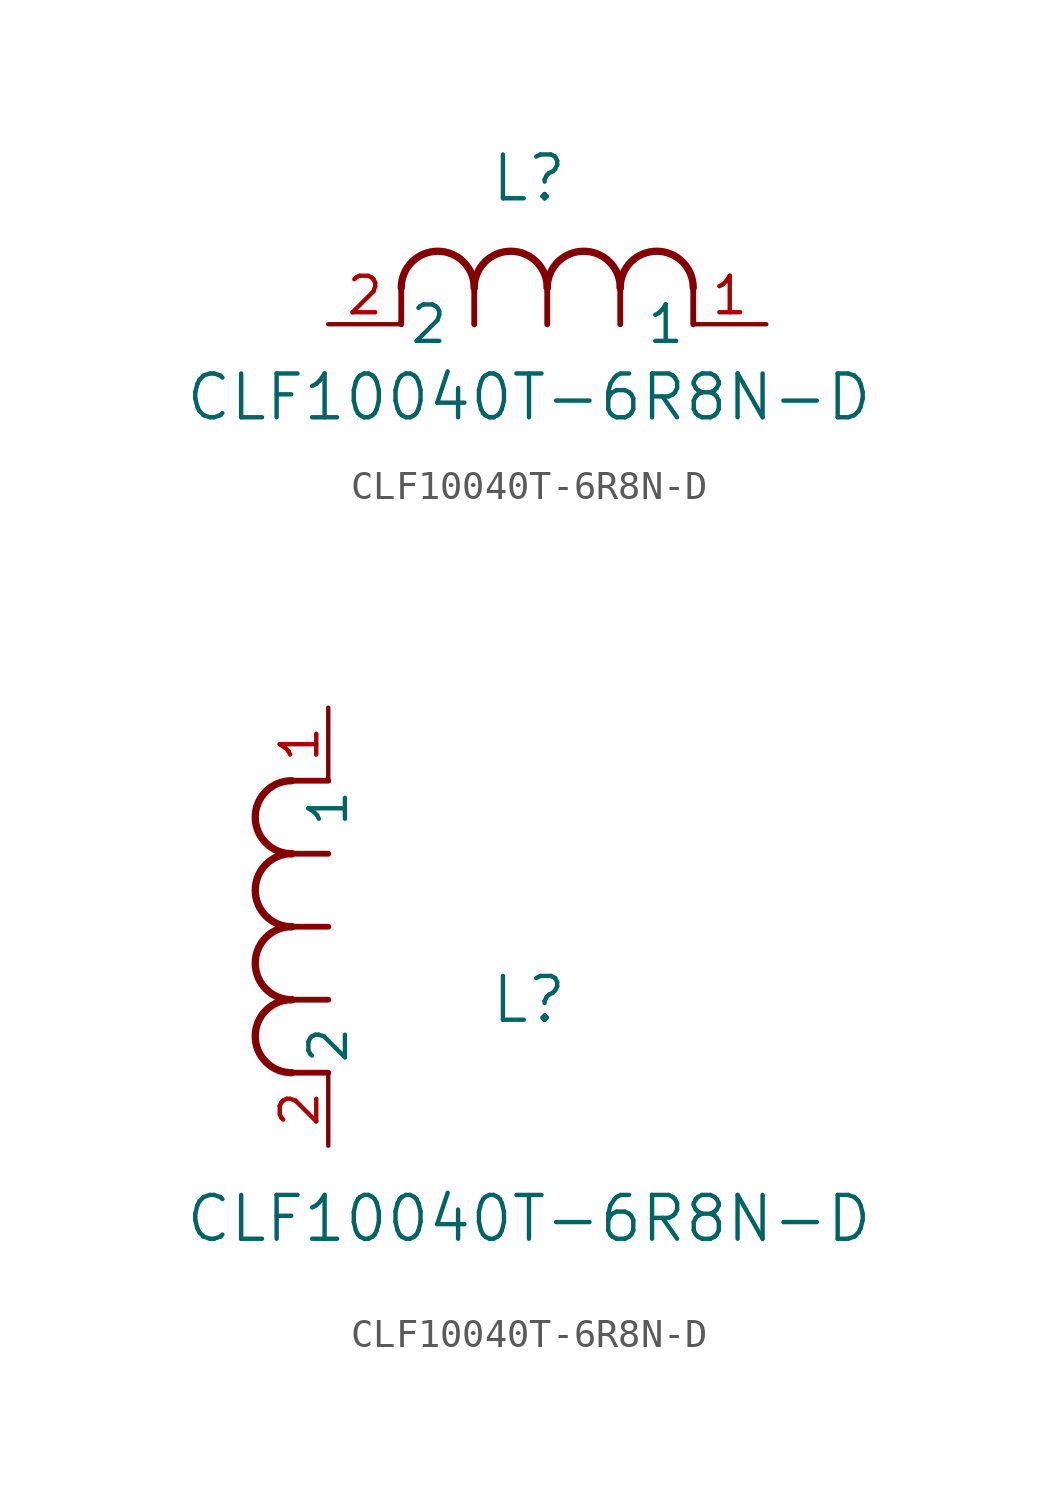
<source format=kicad_sym>
(kicad_symbol_lib
  (version 20211014)
  (generator kicad_symbol_editor)
  (symbol "CLF10040T-6R8N-D"
    (pin_names
      (offset 0.254))
    (property "Reference" "L"
      (at 6.985 5.08 0)
      (effects (font (size 1.524 1.524))))
    (property "Value" "CLF10040T-6R8N-D"
      (at 6.985 -2.54 0)
      (effects (font (size 1.524 1.524))))
    (symbol "CLF10040T-6R8N-D_1_1"
      (arc (start 7.62 1.27) (mid 6.35 2.54) (end 5.08 1.27) (stroke (width 0.254) (type default) (color 0 0 0 0)) (fill (type none)))
      (polyline (pts (xy 5.08 0) (xy 5.08 1.27)) (stroke (width 0.203) (type default) (color 0 0 0 0)) (fill (type none)))
      (polyline (pts (xy 7.62 0) (xy 7.62 1.27)) (stroke (width 0.203) (type default) (color 0 0 0 0)) (fill (type none)))
      (polyline (pts (xy 12.7 0) (xy 12.7 1.27)) (stroke (width 0.203) (type default) (color 0 0 0 0)) (fill (type none)))
      (arc (start 5.08 1.27) (mid 3.81 2.54) (end 2.54 1.27) (stroke (width 0.254) (type default) (color 0 0 0 0)) (fill (type none)))
      (arc (start 10.16 1.27) (mid 8.89 2.54) (end 7.62 1.27) (stroke (width 0.254) (type default) (color 0 0 0 0)) (fill (type none)))
      (arc (start 12.7 1.27) (mid 11.43 2.54) (end 10.16 1.27) (stroke (width 0.254) (type default) (color 0 0 0 0)) (fill (type none)))
      (polyline (pts (xy 2.54 0) (xy 2.54 1.27)) (stroke (width 0.203) (type default) (color 0 0 0 0)) (fill (type none)))
      (polyline (pts (xy 10.16 0) (xy 10.16 1.27)) (stroke (width 0.203) (type default) (color 0 0 0 0)) (fill (type none)))
      (pin unspecified line (at 0 0 0) (length 2.54) (name "2" (effects (font (size 1.27 1.27)))) (number "2" (effects (font (size 1.27 1.27)))))
      (pin unspecified line (at 15.24 0 180) (length 2.54) (name "1" (effects (font (size 1.27 1.27)))) (number "1" (effects (font (size 1.27 1.27))))))
    (symbol "CLF10040T-6R8N-D_1_2"
      (arc (start -1.27 7.62) (mid -2.54 6.35) (end -1.27 5.08) (stroke (width 0.254) (type default) (color 0 0 0 0)) (fill (type none)))
      (arc (start -1.27 5.08) (mid -2.54 3.81) (end -1.27 2.54) (stroke (width 0.254) (type default) (color 0 0 0 0)) (fill (type none)))
      (arc (start -1.27 12.7) (mid -2.54 11.43) (end -1.27 10.16) (stroke (width 0.254) (type default) (color 0 0 0 0)) (fill (type none)))
      (arc (start -1.27 10.16) (mid -2.54 8.89) (end -1.27 7.62) (stroke (width 0.254) (type default) (color 0 0 0 0)) (fill (type none)))
      (polyline (pts (xy 0 7.62) (xy -1.27 7.62)) (stroke (width 0.203) (type default) (color 0 0 0 0)) (fill (type none)))
      (polyline (pts (xy 0 5.08) (xy -1.27 5.08)) (stroke (width 0.203) (type default) (color 0 0 0 0)) (fill (type none)))
      (polyline (pts (xy 0 12.7) (xy -1.27 12.7)) (stroke (width 0.203) (type default) (color 0 0 0 0)) (fill (type none)))
      (polyline (pts (xy 0 2.54) (xy -1.27 2.54)) (stroke (width 0.203) (type default) (color 0 0 0 0)) (fill (type none)))
      (polyline (pts (xy 0 10.16) (xy -1.27 10.16)) (stroke (width 0.203) (type default) (color 0 0 0 0)) (fill (type none)))
      (pin unspecified line (at 0 0 90) (length 2.54) (name "2" (effects (font (size 1.27 1.27)))) (number "2" (effects (font (size 1.27 1.27)))))
      (pin unspecified line (at 0 15.24 270) (length 2.54) (name "1" (effects (font (size 1.27 1.27)))) (number "1" (effects (font (size 1.27 1.27))))))))
</source>
